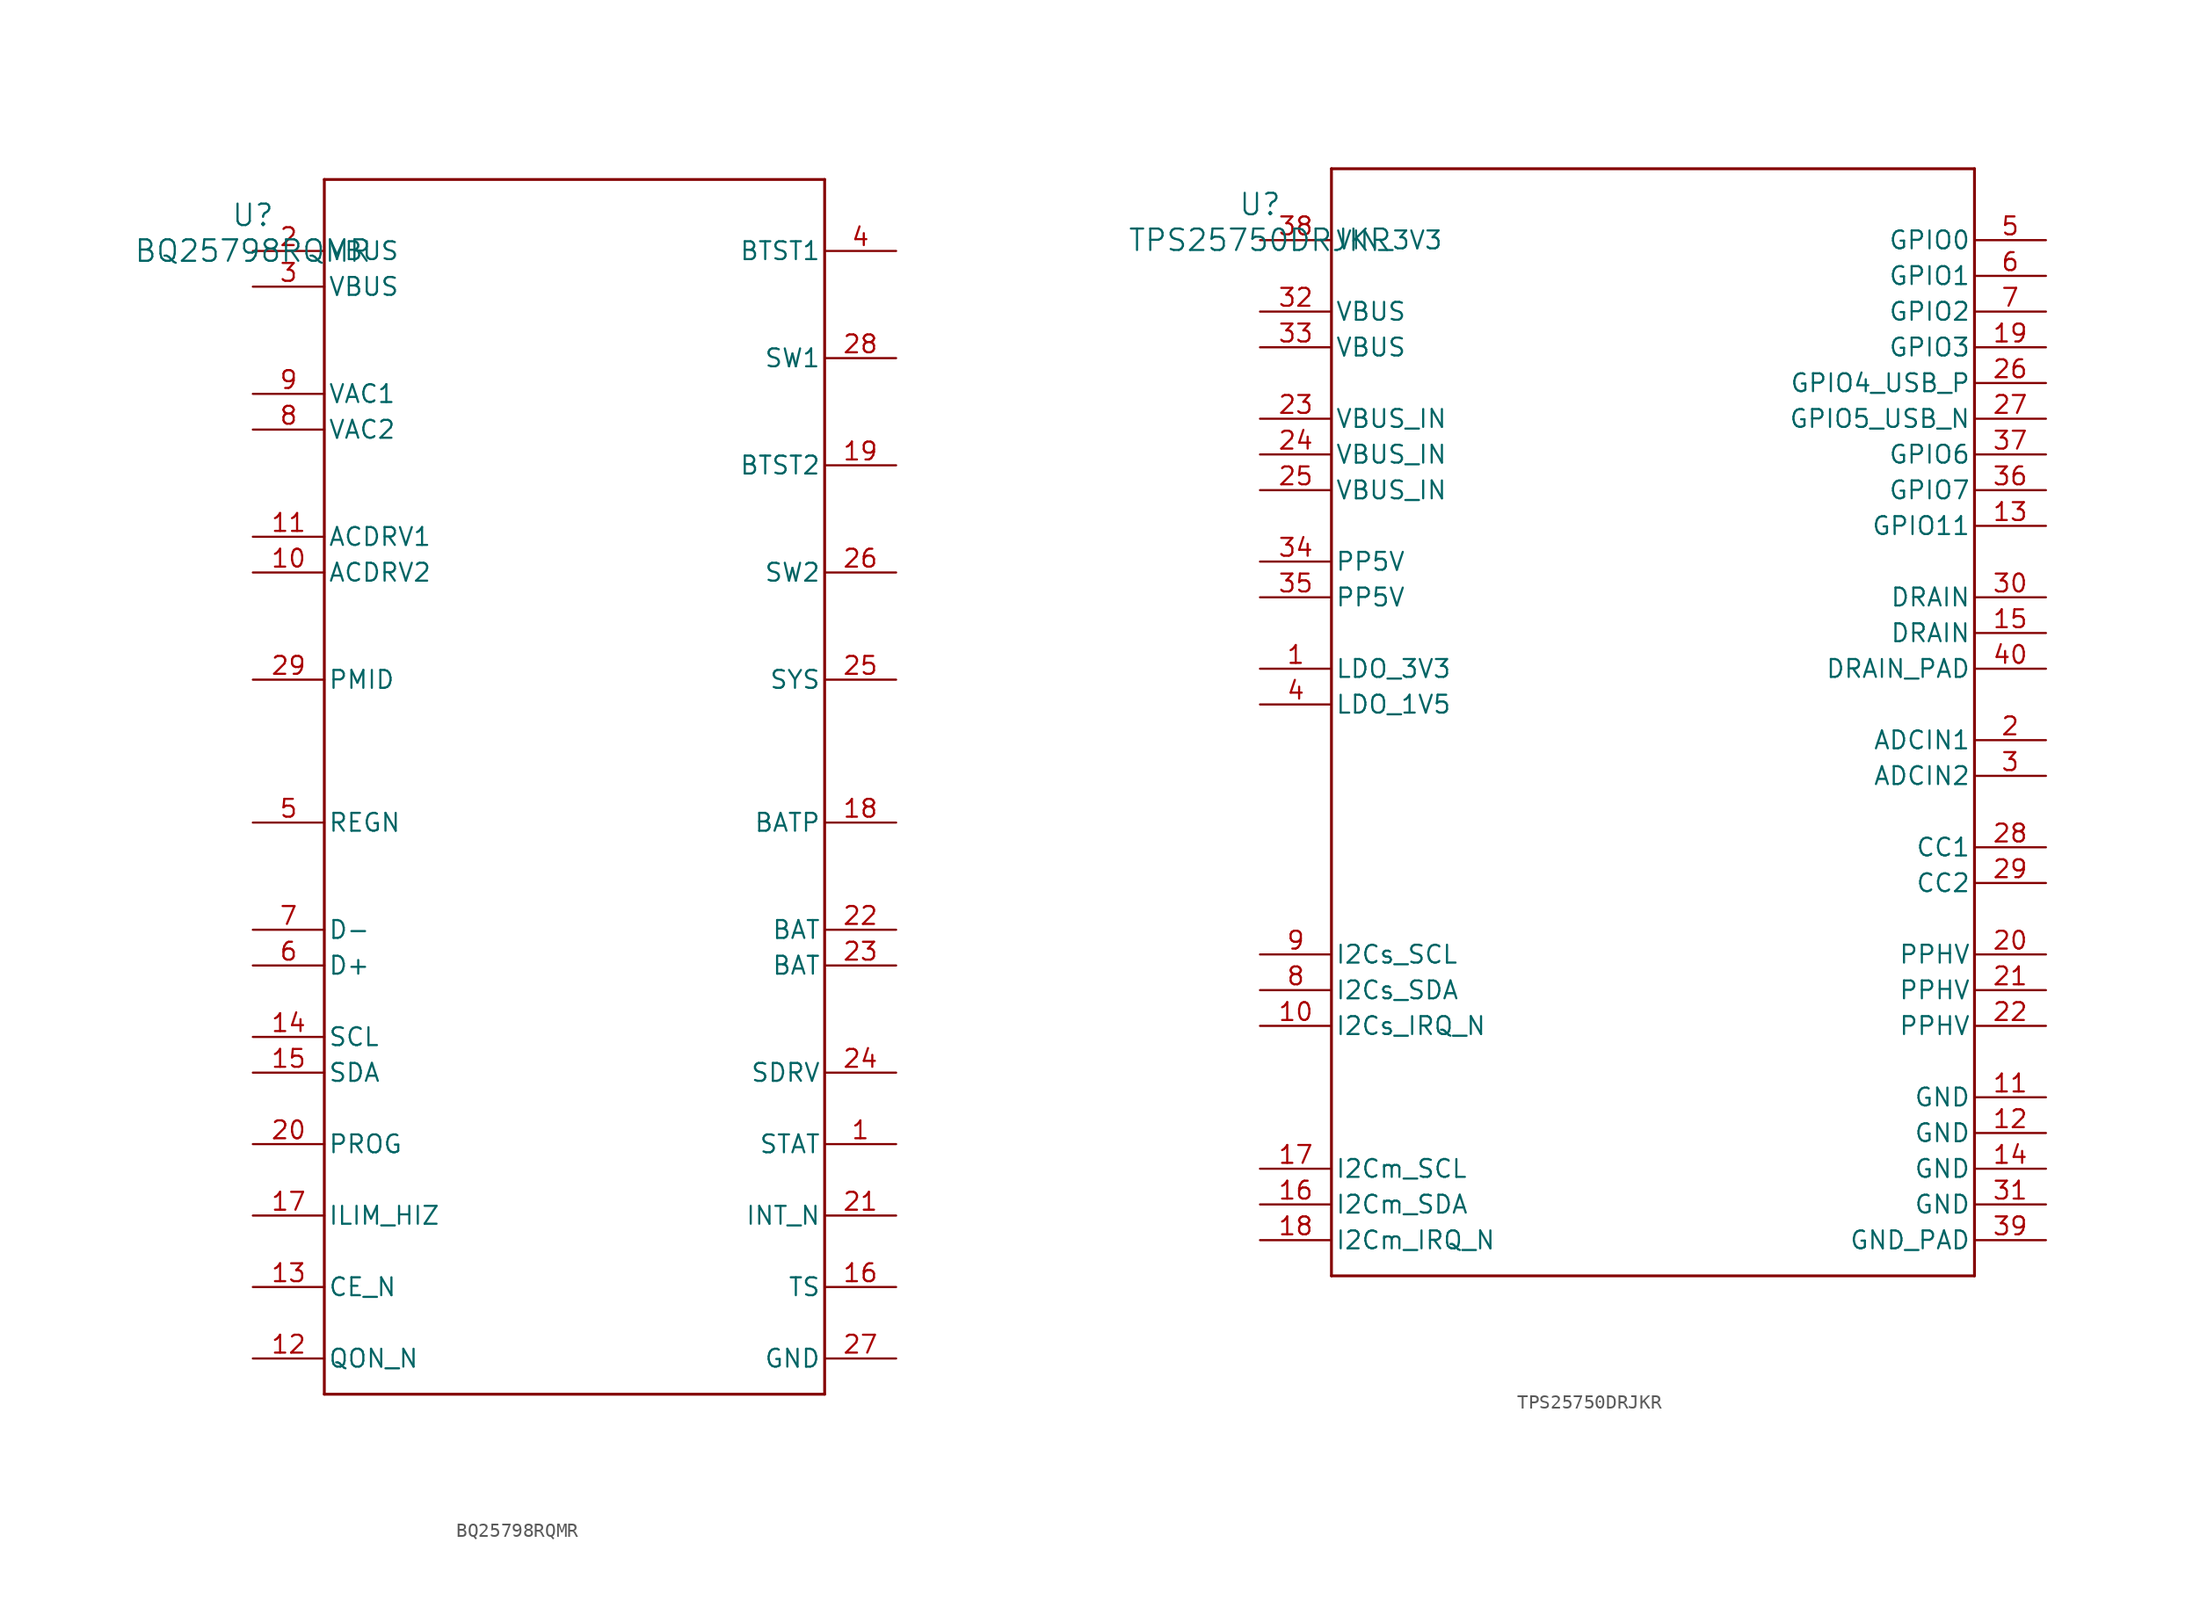
<source format=kicad_sym>
(kicad_symbol_lib
  (version 20220914)
  (generator kicad_symbol_editor)
  (symbol "BQ25798RQMR"
    (pin_names
      (offset 0.254))
    (property "Reference" "U"
      (at 0 2.54 0)
      (effects (font (size 1.524 1.524))))
    (property "Value" "BQ25798RQMR"
      (at 0 0 0)
      (effects (font (size 1.524 1.524))))
    (symbol "BQ25798RQMR_0_1"
      (polyline (pts (xy 5.08 -81.28) (xy 40.64 -81.28)) (stroke (width 0.203) (type default)) (fill (type none)))
      (polyline (pts (xy 5.08 5.08) (xy 5.08 -81.28)) (stroke (width 0.203) (type default)) (fill (type none)))
      (polyline (pts (xy 40.64 -81.28) (xy 40.64 5.08)) (stroke (width 0.203) (type default)) (fill (type none)))
      (polyline (pts (xy 40.64 5.08) (xy 5.08 5.08)) (stroke (width 0.203) (type default)) (fill (type none)))
      (pin unspecified line (at 45.72 -63.5 180) (length 5.08) (name "STAT" (effects (font (size 1.27 1.27)))) (number "1" (effects (font (size 1.27 1.27)))))
      (pin power_in line (at 0 -22.86 0) (length 5.08) (name "ACDRV2" (effects (font (size 1.27 1.27)))) (number "10" (effects (font (size 1.27 1.27)))))
      (pin power_in line (at 0 -20.32 0) (length 5.08) (name "ACDRV1" (effects (font (size 1.27 1.27)))) (number "11" (effects (font (size 1.27 1.27)))))
      (pin unspecified line (at 0 -78.74 0) (length 5.08) (name "QON_N" (effects (font (size 1.27 1.27)))) (number "12" (effects (font (size 1.27 1.27)))))
      (pin unspecified line (at 0 -73.66 0) (length 5.08) (name "CE_N" (effects (font (size 1.27 1.27)))) (number "13" (effects (font (size 1.27 1.27)))))
      (pin input line (at 0 -55.88 0) (length 5.08) (name "SCL" (effects (font (size 1.27 1.27)))) (number "14" (effects (font (size 1.27 1.27)))))
      (pin bidirectional line (at 0 -58.42 0) (length 5.08) (name "SDA" (effects (font (size 1.27 1.27)))) (number "15" (effects (font (size 1.27 1.27)))))
      (pin unspecified line (at 45.72 -73.66 180) (length 5.08) (name "TS" (effects (font (size 1.27 1.27)))) (number "16" (effects (font (size 1.27 1.27)))))
      (pin unspecified line (at 0 -68.58 0) (length 5.08) (name "ILIM_HIZ" (effects (font (size 1.27 1.27)))) (number "17" (effects (font (size 1.27 1.27)))))
      (pin unspecified line (at 45.72 -40.64 180) (length 5.08) (name "BATP" (effects (font (size 1.27 1.27)))) (number "18" (effects (font (size 1.27 1.27)))))
      (pin unspecified line (at 45.72 -15.24 180) (length 5.08) (name "BTST2" (effects (font (size 1.27 1.27)))) (number "19" (effects (font (size 1.27 1.27)))))
      (pin power_in line (at 0 0 0) (length 5.08) (name "VBUS" (effects (font (size 1.27 1.27)))) (number "2" (effects (font (size 1.27 1.27)))))
      (pin unspecified line (at 0 -63.5 0) (length 5.08) (name "PROG" (effects (font (size 1.27 1.27)))) (number "20" (effects (font (size 1.27 1.27)))))
      (pin unspecified line (at 45.72 -68.58 180) (length 5.08) (name "INT_N" (effects (font (size 1.27 1.27)))) (number "21" (effects (font (size 1.27 1.27)))))
      (pin unspecified line (at 45.72 -48.26 180) (length 5.08) (name "BAT" (effects (font (size 1.27 1.27)))) (number "22" (effects (font (size 1.27 1.27)))))
      (pin unspecified line (at 45.72 -50.8 180) (length 5.08) (name "BAT" (effects (font (size 1.27 1.27)))) (number "23" (effects (font (size 1.27 1.27)))))
      (pin unspecified line (at 45.72 -58.42 180) (length 5.08) (name "SDRV" (effects (font (size 1.27 1.27)))) (number "24" (effects (font (size 1.27 1.27)))))
      (pin unspecified line (at 45.72 -30.48 180) (length 5.08) (name "SYS" (effects (font (size 1.27 1.27)))) (number "25" (effects (font (size 1.27 1.27)))))
      (pin unspecified line (at 45.72 -22.86 180) (length 5.08) (name "SW2" (effects (font (size 1.27 1.27)))) (number "26" (effects (font (size 1.27 1.27)))))
      (pin power_in line (at 45.72 -78.74 180) (length 5.08) (name "GND" (effects (font (size 1.27 1.27)))) (number "27" (effects (font (size 1.27 1.27)))))
      (pin unspecified line (at 45.72 -7.62 180) (length 5.08) (name "SW1" (effects (font (size 1.27 1.27)))) (number "28" (effects (font (size 1.27 1.27)))))
      (pin unspecified line (at 0 -30.48 0) (length 5.08) (name "PMID" (effects (font (size 1.27 1.27)))) (number "29" (effects (font (size 1.27 1.27)))))
      (pin power_in line (at 0 -2.54 0) (length 5.08) (name "VBUS" (effects (font (size 1.27 1.27)))) (number "3" (effects (font (size 1.27 1.27)))))
      (pin unspecified line (at 45.72 0 180) (length 5.08) (name "BTST1" (effects (font (size 1.27 1.27)))) (number "4" (effects (font (size 1.27 1.27)))))
      (pin unspecified line (at 0 -40.64 0) (length 5.08) (name "REGN" (effects (font (size 1.27 1.27)))) (number "5" (effects (font (size 1.27 1.27)))))
      (pin unspecified line (at 0 -50.8 0) (length 5.08) (name "D+" (effects (font (size 1.27 1.27)))) (number "6" (effects (font (size 1.27 1.27)))))
      (pin unspecified line (at 0 -48.26 0) (length 5.08) (name "D-" (effects (font (size 1.27 1.27)))) (number "7" (effects (font (size 1.27 1.27)))))
      (pin power_in line (at 0 -12.7 0) (length 5.08) (name "VAC2" (effects (font (size 1.27 1.27)))) (number "8" (effects (font (size 1.27 1.27)))))
      (pin power_in line (at 0 -10.16 0) (length 5.08) (name "VAC1" (effects (font (size 1.27 1.27)))) (number "9" (effects (font (size 1.27 1.27)))))))
  (symbol "TPS25750DRJKR"
    (pin_names
      (offset 0.254))
    (property "Reference" "U"
      (at 0 2.54 0)
      (effects (font (size 1.524 1.524))))
    (property "Value" "TPS25750DRJKR"
      (at 0 0 0)
      (effects (font (size 1.524 1.524))))
    (symbol "TPS25750DRJKR_0_1"
      (polyline (pts (xy 5.08 -73.66) (xy 50.8 -73.66)) (stroke (width 0.203) (type default)) (fill (type none)))
      (polyline (pts (xy 5.08 5.08) (xy 5.08 -73.66)) (stroke (width 0.203) (type default)) (fill (type none)))
      (polyline (pts (xy 50.8 -73.66) (xy 50.8 5.08)) (stroke (width 0.203) (type default)) (fill (type none)))
      (polyline (pts (xy 50.8 5.08) (xy 5.08 5.08)) (stroke (width 0.203) (type default)) (fill (type none)))
      (pin unspecified line (at 0 -30.48 0) (length 5.08) (name "LDO_3V3" (effects (font (size 1.27 1.27)))) (number "1" (effects (font (size 1.27 1.27)))))
      (pin output line (at 0 -55.88 0) (length 5.08) (name "I2Cs_IRQ_N" (effects (font (size 1.27 1.27)))) (number "10" (effects (font (size 1.27 1.27)))))
      (pin power_in line (at 55.88 -60.96 180) (length 5.08) (name "GND" (effects (font (size 1.27 1.27)))) (number "11" (effects (font (size 1.27 1.27)))))
      (pin power_in line (at 55.88 -63.5 180) (length 5.08) (name "GND" (effects (font (size 1.27 1.27)))) (number "12" (effects (font (size 1.27 1.27)))))
      (pin bidirectional line (at 55.88 -20.32 180) (length 5.08) (name "GPIO11" (effects (font (size 1.27 1.27)))) (number "13" (effects (font (size 1.27 1.27)))))
      (pin power_in line (at 55.88 -66.04 180) (length 5.08) (name "GND" (effects (font (size 1.27 1.27)))) (number "14" (effects (font (size 1.27 1.27)))))
      (pin unspecified line (at 55.88 -27.94 180) (length 5.08) (name "DRAIN" (effects (font (size 1.27 1.27)))) (number "15" (effects (font (size 1.27 1.27)))))
      (pin bidirectional line (at 0 -68.58 0) (length 5.08) (name "I2Cm_SDA" (effects (font (size 1.27 1.27)))) (number "16" (effects (font (size 1.27 1.27)))))
      (pin output line (at 0 -66.04 0) (length 5.08) (name "I2Cm_SCL" (effects (font (size 1.27 1.27)))) (number "17" (effects (font (size 1.27 1.27)))))
      (pin input line (at 0 -71.12 0) (length 5.08) (name "I2Cm_IRQ_N" (effects (font (size 1.27 1.27)))) (number "18" (effects (font (size 1.27 1.27)))))
      (pin bidirectional line (at 55.88 -7.62 180) (length 5.08) (name "GPIO3" (effects (font (size 1.27 1.27)))) (number "19" (effects (font (size 1.27 1.27)))))
      (pin unspecified line (at 55.88 -35.56 180) (length 5.08) (name "ADCIN1" (effects (font (size 1.27 1.27)))) (number "2" (effects (font (size 1.27 1.27)))))
      (pin unspecified line (at 55.88 -50.8 180) (length 5.08) (name "PPHV" (effects (font (size 1.27 1.27)))) (number "20" (effects (font (size 1.27 1.27)))))
      (pin unspecified line (at 55.88 -53.34 180) (length 5.08) (name "PPHV" (effects (font (size 1.27 1.27)))) (number "21" (effects (font (size 1.27 1.27)))))
      (pin unspecified line (at 55.88 -55.88 180) (length 5.08) (name "PPHV" (effects (font (size 1.27 1.27)))) (number "22" (effects (font (size 1.27 1.27)))))
      (pin power_in line (at 0 -12.7 0) (length 5.08) (name "VBUS_IN" (effects (font (size 1.27 1.27)))) (number "23" (effects (font (size 1.27 1.27)))))
      (pin power_in line (at 0 -15.24 0) (length 5.08) (name "VBUS_IN" (effects (font (size 1.27 1.27)))) (number "24" (effects (font (size 1.27 1.27)))))
      (pin power_in line (at 0 -17.78 0) (length 5.08) (name "VBUS_IN" (effects (font (size 1.27 1.27)))) (number "25" (effects (font (size 1.27 1.27)))))
      (pin bidirectional line (at 55.88 -10.16 180) (length 5.08) (name "GPIO4_USB_P" (effects (font (size 1.27 1.27)))) (number "26" (effects (font (size 1.27 1.27)))))
      (pin bidirectional line (at 55.88 -12.7 180) (length 5.08) (name "GPIO5_USB_N" (effects (font (size 1.27 1.27)))) (number "27" (effects (font (size 1.27 1.27)))))
      (pin unspecified line (at 55.88 -43.18 180) (length 5.08) (name "CC1" (effects (font (size 1.27 1.27)))) (number "28" (effects (font (size 1.27 1.27)))))
      (pin unspecified line (at 55.88 -45.72 180) (length 5.08) (name "CC2" (effects (font (size 1.27 1.27)))) (number "29" (effects (font (size 1.27 1.27)))))
      (pin unspecified line (at 55.88 -38.1 180) (length 5.08) (name "ADCIN2" (effects (font (size 1.27 1.27)))) (number "3" (effects (font (size 1.27 1.27)))))
      (pin unspecified line (at 55.88 -25.4 180) (length 5.08) (name "DRAIN" (effects (font (size 1.27 1.27)))) (number "30" (effects (font (size 1.27 1.27)))))
      (pin power_in line (at 55.88 -68.58 180) (length 5.08) (name "GND" (effects (font (size 1.27 1.27)))) (number "31" (effects (font (size 1.27 1.27)))))
      (pin power_in line (at 0 -5.08 0) (length 5.08) (name "VBUS" (effects (font (size 1.27 1.27)))) (number "32" (effects (font (size 1.27 1.27)))))
      (pin power_in line (at 0 -7.62 0) (length 5.08) (name "VBUS" (effects (font (size 1.27 1.27)))) (number "33" (effects (font (size 1.27 1.27)))))
      (pin power_in line (at 0 -22.86 0) (length 5.08) (name "PP5V" (effects (font (size 1.27 1.27)))) (number "34" (effects (font (size 1.27 1.27)))))
      (pin power_in line (at 0 -25.4 0) (length 5.08) (name "PP5V" (effects (font (size 1.27 1.27)))) (number "35" (effects (font (size 1.27 1.27)))))
      (pin bidirectional line (at 55.88 -17.78 180) (length 5.08) (name "GPIO7" (effects (font (size 1.27 1.27)))) (number "36" (effects (font (size 1.27 1.27)))))
      (pin bidirectional line (at 55.88 -15.24 180) (length 5.08) (name "GPIO6" (effects (font (size 1.27 1.27)))) (number "37" (effects (font (size 1.27 1.27)))))
      (pin power_in line (at 0 0 0) (length 5.08) (name "VIN_3V3" (effects (font (size 1.27 1.27)))) (number "38" (effects (font (size 1.27 1.27)))))
      (pin power_in line (at 55.88 -71.12 180) (length 5.08) (name "GND_PAD" (effects (font (size 1.27 1.27)))) (number "39" (effects (font (size 1.27 1.27)))))
      (pin unspecified line (at 0 -33.02 0) (length 5.08) (name "LDO_1V5" (effects (font (size 1.27 1.27)))) (number "4" (effects (font (size 1.27 1.27)))))
      (pin unspecified line (at 55.88 -30.48 180) (length 5.08) (name "DRAIN_PAD" (effects (font (size 1.27 1.27)))) (number "40" (effects (font (size 1.27 1.27)))))
      (pin bidirectional line (at 55.88 0 180) (length 5.08) (name "GPIO0" (effects (font (size 1.27 1.27)))) (number "5" (effects (font (size 1.27 1.27)))))
      (pin bidirectional line (at 55.88 -2.54 180) (length 5.08) (name "GPIO1" (effects (font (size 1.27 1.27)))) (number "6" (effects (font (size 1.27 1.27)))))
      (pin bidirectional line (at 55.88 -5.08 180) (length 5.08) (name "GPIO2" (effects (font (size 1.27 1.27)))) (number "7" (effects (font (size 1.27 1.27)))))
      (pin bidirectional line (at 0 -53.34 0) (length 5.08) (name "I2Cs_SDA" (effects (font (size 1.27 1.27)))) (number "8" (effects (font (size 1.27 1.27)))))
      (pin input line (at 0 -50.8 0) (length 5.08) (name "I2Cs_SCL" (effects (font (size 1.27 1.27)))) (number "9" (effects (font (size 1.27 1.27))))))))
</source>
